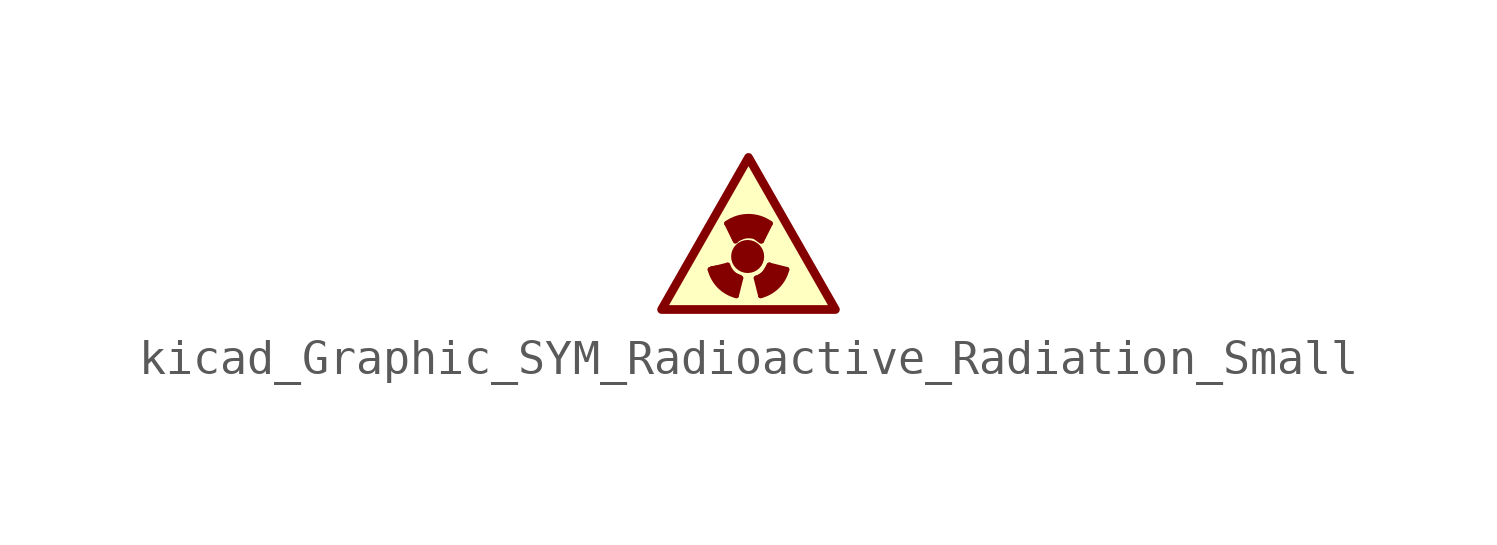
<source format=kicad_sym>
(kicad_symbol_lib
  (version 20220914)
  (generator kicad_symbol_editor)
  (symbol "kicad_Graphic_SYM_Radioactive_Radiation_Small"
    (property "Reference" "#SYM"
      (at 0 3.556 0)
      (effects (font (size 1.27 1.27)) hide))
    (symbol "kicad_Graphic_SYM_Radioactive_Radiation_Small_0_0"
      (arc (start -1.1176 -0.7366) (mid -0.8421 -1.2231) (end -0.3556 -1.4986) (stroke (width 0) (type default)) (fill (type none)))
      (arc (start -0.6096 -0.6096) (mid -0.4656 -0.8429) (end -0.2286 -0.9906) (stroke (width 0) (type default)) (fill (type none)))
      (circle (center -0.025 -0.356) (radius 0.356) (stroke (width 0.254) (type default)) (fill (type outline)))
      (polyline (pts (xy -1.118 -0.737) (xy -0.61 -0.61)) (stroke (width 0) (type default)) (fill (type none)))
      (polyline (pts (xy -0.635 0.61) (xy -0.381 0.102)) (stroke (width 0) (type default)) (fill (type none)))
      (polyline (pts (xy -0.356 -1.499) (xy -0.229 -0.991)) (stroke (width 0) (type default)) (fill (type none)))
      (polyline (pts (xy 0.356 -1.499) (xy 0.229 -0.991)) (stroke (width 0) (type default)) (fill (type none)))
      (polyline (pts (xy 0.635 0.61) (xy 0.381 0.102)) (stroke (width 0) (type default)) (fill (type none)))
      (polyline (pts (xy 1.118 -0.737) (xy 0.61 -0.61)) (stroke (width 0) (type default)) (fill (type none)))
      (polyline (pts (xy -0.61 -0.66) (xy -0.508 -0.864) (xy -0.254 -0.965) (xy -0.406 -1.473) (xy -0.762 -1.219) (xy -0.965 -1.016) (xy -1.067 -0.711) (xy -0.61 -0.66)) (stroke (width 0) (type default)) (fill (type outline)))
      (polyline (pts (xy 0.61 -0.61) (xy 0.457 -0.864) (xy 0.254 -1.016) (xy 0.406 -1.473) (xy 0.711 -1.27) (xy 0.914 -1.067) (xy 1.067 -0.762) (xy 0.61 -0.66)) (stroke (width 0) (type default)) (fill (type outline)))
      (polyline (pts (xy -0.356 0.152) (xy -0.102 0.254) (xy 0.152 0.254) (xy 0.356 0.102) (xy 0.61 0.61) (xy 0.356 0.711) (xy 0.102 0.762) (xy -0.152 0.762) (xy -0.457 0.66) (xy -0.61 0.61) (xy -0.406 0.152)) (stroke (width 0) (type default)) (fill (type outline)))
      (arc (start 0.2286 -0.9906) (mid 0.4619 -0.8466) (end 0.6096 -0.6096) (stroke (width 0) (type default)) (fill (type none)))
      (arc (start 0.3556 -1.4986) (mid 0.8421 -1.2231) (end 1.1176 -0.7366) (stroke (width 0) (type default)) (fill (type none)))
      (arc (start 0.381 0.1016) (mid 0 0.2594) (end -0.381 0.1016) (stroke (width 0) (type default)) (fill (type none)))
      (arc (start 0.635 0.6096) (mid 0 0.8131) (end -0.635 0.6096) (stroke (width 0) (type default)) (fill (type none))))
    (symbol "kicad_Graphic_SYM_Radioactive_Radiation_Small_0_1"
      (polyline (pts (xy -2.54 -1.905) (xy 2.54 -1.905) (xy 0 2.54) (xy -2.54 -1.905)) (stroke (width 0.254) (type default)) (fill (type background))))))
</source>
